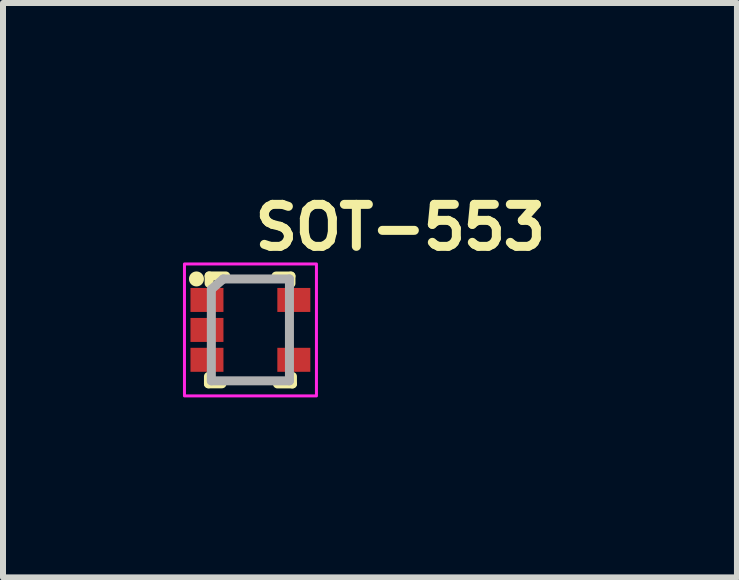
<source format=kicad_pcb>
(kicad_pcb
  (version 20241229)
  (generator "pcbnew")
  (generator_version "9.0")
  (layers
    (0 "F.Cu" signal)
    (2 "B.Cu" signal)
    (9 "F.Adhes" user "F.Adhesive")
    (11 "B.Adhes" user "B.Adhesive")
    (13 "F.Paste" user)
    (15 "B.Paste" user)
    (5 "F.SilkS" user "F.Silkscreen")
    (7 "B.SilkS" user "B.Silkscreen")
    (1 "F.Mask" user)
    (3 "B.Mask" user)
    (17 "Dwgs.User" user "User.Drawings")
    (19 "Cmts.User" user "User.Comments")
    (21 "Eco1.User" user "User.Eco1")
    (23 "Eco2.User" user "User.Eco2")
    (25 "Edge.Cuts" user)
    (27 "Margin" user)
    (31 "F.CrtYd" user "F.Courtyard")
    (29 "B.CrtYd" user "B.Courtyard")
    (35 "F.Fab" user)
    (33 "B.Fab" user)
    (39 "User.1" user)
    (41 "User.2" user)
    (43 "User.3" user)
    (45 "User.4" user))
  (footprint "SOT-553"
    (layer "F.Cu")
    (at 1.125 2.45)
    (property "Reference" "SOT-553" (at 0 -1.3 0) (layer "F.SilkS") (effects (font (size 0.7 0.7) (thickness 0.15)) (justify left bottom)))
    (attr smd)
    (fp_line (start -0.7 0.898) (end -0.7 0.775) (stroke (width 0.15) (type solid)) (layer "F.SilkS"))
    (fp_line (start -0.7 0.898) (end -0.475 0.898) (stroke (width 0.15) (type solid)) (layer "F.SilkS"))
    (fp_line (start -0.689 -0.9) (end -0.689 -0.777) (stroke (width 0.15) (type solid)) (layer "F.SilkS"))
    (fp_line (start -0.689 -0.9) (end -0.411 -0.9) (stroke (width 0.15) (type solid)) (layer "F.SilkS"))
    (fp_line (start 0.675 -0.898) (end 0.425 -0.898) (stroke (width 0.15) (type solid)) (layer "F.SilkS"))
    (fp_line (start 0.675 -0.898) (end 0.675 -0.775) (stroke (width 0.15) (type solid)) (layer "F.SilkS"))
    (fp_line (start 0.7 0.9) (end 0.45 0.9) (stroke (width 0.15) (type solid)) (layer "F.SilkS"))
    (fp_line (start 0.7 0.9) (end 0.7 0.775) (stroke (width 0.15) (type solid)) (layer "F.SilkS"))
    (fp_circle (center -0.9 -0.85) (end -0.85 -0.85) (stroke (width 0.15) (type solid)) (fill yes) (layer "F.SilkS"))
    (fp_rect (start -1.1 -1.1) (end 1.1 1.1) (stroke (width 0.05) (type solid)) (fill no) (layer "F.CrtYd"))
    (fp_line (start -0.652 -0.677) (end -0.652 0.848) (stroke (width 0.15) (type solid)) (layer "F.Fab"))
    (fp_line (start -0.452 -0.85) (end -0.652 -0.677) (stroke (width 0.15) (type solid)) (layer "F.Fab"))
    (fp_line (start -0.452 -0.85) (end 0.65 -0.85) (stroke (width 0.15) (type solid)) (layer "F.Fab"))
    (fp_line (start 0.65 -0.85) (end 0.65 0.848) (stroke (width 0.15) (type solid)) (layer "F.Fab"))
    (fp_line (start 0.65 0.848) (end -0.652 0.848) (stroke (width 0.15) (type solid)) (layer "F.Fab"))
    (fp_rect (start -0.802 -0.802) (end 0.8 0.8) (stroke (width 0.1) (type solid)) (fill no) (layer "User.5"))
    (fp_line (start -0.802 -0.61) (end -0.6 -0.61) (stroke (width 0.02) (type solid)) (layer "User.9"))
    (fp_line (start -0.802 -0.392) (end -0.802 -0.61) (stroke (width 0.02) (type solid)) (layer "User.9"))
    (fp_line (start -0.802 -0.392) (end -0.6 -0.392) (stroke (width 0.02) (type solid)) (layer "User.9"))
    (fp_line (start -0.802 -0.11) (end -0.6 -0.11) (stroke (width 0.02) (type solid)) (layer "User.9"))
    (fp_line (start -0.802 0.108) (end -0.802 -0.11) (stroke (width 0.02) (type solid)) (layer "User.9"))
    (fp_line (start -0.802 0.108) (end -0.6 0.108) (stroke (width 0.02) (type solid)) (layer "User.9"))
    (fp_line (start -0.802 0.39) (end -0.6 0.39) (stroke (width 0.02) (type solid)) (layer "User.9"))
    (fp_line (start -0.802 0.608) (end -0.802 0.39) (stroke (width 0.02) (type solid)) (layer "User.9"))
    (fp_line (start -0.802 0.608) (end -0.6 0.608) (stroke (width 0.02) (type solid)) (layer "User.9"))
    (fp_line (start -0.6 -0.802) (end -0.552 -0.75) (stroke (width 0.02) (type solid)) (layer "User.9"))
    (fp_line (start -0.6 -0.802) (end 0.598 -0.802) (stroke (width 0.02) (type solid)) (layer "User.9"))
    (fp_line (start -0.6 -0.61) (end -0.6 -0.802) (stroke (width 0.02) (type solid)) (layer "User.9"))
    (fp_line (start -0.6 -0.392) (end -0.6 -0.61) (stroke (width 0.02) (type solid)) (layer "User.9"))
    (fp_line (start -0.6 -0.11) (end -0.6 -0.392) (stroke (width 0.02) (type solid)) (layer "User.9"))
    (fp_line (start -0.6 0.108) (end -0.6 -0.11) (stroke (width 0.02) (type solid)) (layer "User.9"))
    (fp_line (start -0.6 0.39) (end -0.6 0.108) (stroke (width 0.02) (type solid)) (layer "User.9"))
    (fp_line (start -0.6 0.608) (end -0.6 0.39) (stroke (width 0.02) (type solid)) (layer "User.9"))
    (fp_line (start -0.6 0.8) (end -0.6 0.608) (stroke (width 0.02) (type solid)) (layer "User.9"))
    (fp_line (start -0.6 0.8) (end -0.552 0.748) (stroke (width 0.02) (type solid)) (layer "User.9"))
    (fp_line (start -0.6 0.8) (end 0.598 0.8) (stroke (width 0.02) (type solid)) (layer "User.9"))
    (fp_line (start -0.552 -0.75) (end 0.55 -0.75) (stroke (width 0.02) (type solid)) (layer "User.9"))
    (fp_line (start -0.552 0.748) (end -0.552 -0.75) (stroke (width 0.02) (type solid)) (layer "User.9"))
    (fp_line (start -0.552 0.748) (end 0.55 0.748) (stroke (width 0.02) (type solid)) (layer "User.9"))
    (fp_line (start -0.476 -0.512) (end -0.476 -0.508) (stroke (width 0.02) (type solid)) (layer "User.9"))
    (fp_line (start -0.476 -0.508) (end -0.476 -0.504) (stroke (width 0.02) (type solid)) (layer "User.9"))
    (fp_line (start -0.476 -0.504) (end -0.476 -0.5) (stroke (width 0.02) (type solid)) (layer "User.9"))
    (fp_line (start -0.476 -0.5) (end -0.476 -0.5) (stroke (width 0.02) (type solid)) (layer "User.9"))
    (fp_line (start -0.476 -0.5) (end -0.476 -0.497) (stroke (width 0.02) (type solid)) (layer "User.9"))
    (fp_line (start -0.476 -0.497) (end -0.476 -0.493) (stroke (width 0.02) (type solid)) (layer "User.9"))
    (fp_line (start -0.476 -0.493) (end -0.476 -0.489) (stroke (width 0.02) (type solid)) (layer "User.9"))
    (fp_line (start -0.476 -0.489) (end -0.475 -0.485) (stroke (width 0.02) (type solid)) (layer "User.9"))
    (fp_line (start -0.475 -0.517) (end -0.476 -0.512) (stroke (width 0.02) (type solid)) (layer "User.9"))
    (fp_line (start -0.475 -0.485) (end -0.474 -0.482) (stroke (width 0.02) (type solid)) (layer "User.9"))
    (fp_line (start -0.474 -0.52) (end -0.475 -0.517) (stroke (width 0.02) (type solid)) (layer "User.9"))
    (fp_line (start -0.474 -0.482) (end -0.473 -0.479) (stroke (width 0.02) (type solid)) (layer "User.9"))
    (fp_line (start -0.473 -0.524) (end -0.474 -0.52) (stroke (width 0.02) (type solid)) (layer "User.9"))
    (fp_line (start -0.473 -0.479) (end -0.472 -0.476) (stroke (width 0.02) (type solid)) (layer "User.9"))
    (fp_line (start -0.472 -0.527) (end -0.473 -0.524) (stroke (width 0.02) (type solid)) (layer "User.9"))
    (fp_line (start -0.472 -0.476) (end -0.471 -0.472) (stroke (width 0.02) (type solid)) (layer "User.9"))
    (fp_line (start -0.471 -0.531) (end -0.472 -0.527) (stroke (width 0.02) (type solid)) (layer "User.9"))
    (fp_line (start -0.471 -0.472) (end -0.469 -0.469) (stroke (width 0.02) (type solid)) (layer "User.9"))
    (fp_line (start -0.469 -0.534) (end -0.471 -0.531) (stroke (width 0.02) (type solid)) (layer "User.9"))
    (fp_line (start -0.469 -0.469) (end -0.467 -0.466) (stroke (width 0.02) (type solid)) (layer "User.9"))
    (fp_line (start -0.467 -0.537) (end -0.469 -0.534) (stroke (width 0.02) (type solid)) (layer "User.9"))
    (fp_line (start -0.467 -0.466) (end -0.466 -0.463) (stroke (width 0.02) (type solid)) (layer "User.9"))
    (fp_line (start -0.466 -0.54) (end -0.467 -0.537) (stroke (width 0.02) (type solid)) (layer "User.9"))
    (fp_line (start -0.466 -0.463) (end -0.464 -0.46) (stroke (width 0.02) (type solid)) (layer "User.9"))
    (fp_line (start -0.464 -0.543) (end -0.466 -0.54) (stroke (width 0.02) (type solid)) (layer "User.9"))
    (fp_line (start -0.464 -0.46) (end -0.462 -0.457) (stroke (width 0.02) (type solid)) (layer "User.9"))
    (fp_line (start -0.462 -0.546) (end -0.464 -0.543) (stroke (width 0.02) (type solid)) (layer "User.9"))
    (fp_line (start -0.462 -0.457) (end -0.459 -0.454) (stroke (width 0.02) (type solid)) (layer "User.9"))
    (fp_line (start -0.459 -0.549) (end -0.462 -0.546) (stroke (width 0.02) (type solid)) (layer "User.9"))
    (fp_line (start -0.459 -0.454) (end -0.457 -0.451) (stroke (width 0.02) (type solid)) (layer "User.9"))
    (fp_line (start -0.457 -0.552) (end -0.459 -0.549) (stroke (width 0.02) (type solid)) (layer "User.9"))
    (fp_line (start -0.457 -0.451) (end -0.455 -0.447) (stroke (width 0.02) (type solid)) (layer "User.9"))
    (fp_line (start -0.455 -0.555) (end -0.457 -0.552) (stroke (width 0.02) (type solid)) (layer "User.9"))
    (fp_line (start -0.455 -0.447) (end -0.452 -0.445) (stroke (width 0.02) (type solid)) (layer "User.9"))
    (fp_line (start -0.452 -0.557) (end -0.455 -0.555) (stroke (width 0.02) (type solid)) (layer "User.9"))
    (fp_line (start -0.452 -0.445) (end -0.448 -0.443) (stroke (width 0.02) (type solid)) (layer "User.9"))
    (fp_line (start -0.448 -0.559) (end -0.452 -0.557) (stroke (width 0.02) (type solid)) (layer "User.9"))
    (fp_line (start -0.448 -0.443) (end -0.445 -0.44) (stroke (width 0.02) (type solid)) (layer "User.9"))
    (fp_line (start -0.445 -0.562) (end -0.448 -0.559) (stroke (width 0.02) (type solid)) (layer "User.9"))
    (fp_line (start -0.445 -0.44) (end -0.442 -0.438) (stroke (width 0.02) (type solid)) (layer "User.9"))
    (fp_line (start -0.442 -0.564) (end -0.445 -0.562) (stroke (width 0.02) (type solid)) (layer "User.9"))
    (fp_line (start -0.442 -0.438) (end -0.439 -0.436) (stroke (width 0.02) (type solid)) (layer "User.9"))
    (fp_line (start -0.439 -0.566) (end -0.442 -0.564) (stroke (width 0.02) (type solid)) (layer "User.9"))
    (fp_line (start -0.439 -0.436) (end -0.436 -0.435) (stroke (width 0.02) (type solid)) (layer "User.9"))
    (fp_line (start -0.436 -0.567) (end -0.439 -0.566) (stroke (width 0.02) (type solid)) (layer "User.9"))
    (fp_line (start -0.436 -0.435) (end -0.433 -0.433) (stroke (width 0.02) (type solid)) (layer "User.9"))
    (fp_line (start -0.433 -0.569) (end -0.436 -0.567) (stroke (width 0.02) (type solid)) (layer "User.9"))
    (fp_line (start -0.433 -0.433) (end -0.43 -0.431) (stroke (width 0.02) (type solid)) (layer "User.9"))
    (fp_line (start -0.43 -0.571) (end -0.433 -0.569) (stroke (width 0.02) (type solid)) (layer "User.9"))
    (fp_line (start -0.43 -0.431) (end -0.426 -0.43) (stroke (width 0.02) (type solid)) (layer "User.9"))
    (fp_line (start -0.426 -0.572) (end -0.43 -0.571) (stroke (width 0.02) (type solid)) (layer "User.9"))
    (fp_line (start -0.426 -0.43) (end -0.423 -0.429) (stroke (width 0.02) (type solid)) (layer "User.9"))
    (fp_line (start -0.423 -0.573) (end -0.426 -0.572) (stroke (width 0.02) (type solid)) (layer "User.9"))
    (fp_line (start -0.423 -0.429) (end -0.419 -0.428) (stroke (width 0.02) (type solid)) (layer "User.9"))
    (fp_line (start -0.419 -0.574) (end -0.423 -0.573) (stroke (width 0.02) (type solid)) (layer "User.9"))
    (fp_line (start -0.419 -0.428) (end -0.417 -0.427) (stroke (width 0.02) (type solid)) (layer "User.9"))
    (fp_line (start -0.417 -0.575) (end -0.419 -0.574) (stroke (width 0.02) (type solid)) (layer "User.9"))
    (fp_line (start -0.417 -0.427) (end -0.413 -0.426) (stroke (width 0.02) (type solid)) (layer "User.9"))
    (fp_line (start -0.413 -0.576) (end -0.417 -0.575) (stroke (width 0.02) (type solid)) (layer "User.9"))
    (fp_line (start -0.413 -0.426) (end -0.409 -0.426) (stroke (width 0.02) (type solid)) (layer "User.9"))
    (fp_line (start -0.409 -0.576) (end -0.413 -0.576) (stroke (width 0.02) (type solid)) (layer "User.9"))
    (fp_line (start -0.409 -0.426) (end -0.405 -0.426) (stroke (width 0.02) (type solid)) (layer "User.9"))
    (fp_line (start -0.405 -0.576) (end -0.409 -0.576) (stroke (width 0.02) (type solid)) (layer "User.9"))
    (fp_line (start -0.405 -0.426) (end -0.402 -0.425) (stroke (width 0.02) (type solid)) (layer "User.9"))
    (fp_line (start -0.402 -0.576) (end -0.405 -0.576) (stroke (width 0.02) (type solid)) (layer "User.9"))
    (fp_line (start -0.402 -0.576) (end -0.402 -0.576) (stroke (width 0.02) (type solid)) (layer "User.9"))
    (fp_line (start -0.402 -0.425) (end -0.402 -0.425) (stroke (width 0.02) (type solid)) (layer "User.9"))
    (fp_line (start -0.402 -0.425) (end -0.398 -0.426) (stroke (width 0.02) (type solid)) (layer "User.9"))
    (fp_line (start -0.398 -0.576) (end -0.402 -0.576) (stroke (width 0.02) (type solid)) (layer "User.9"))
    (fp_line (start -0.398 -0.426) (end -0.394 -0.426) (stroke (width 0.02) (type solid)) (layer "User.9"))
    (fp_line (start -0.394 -0.576) (end -0.398 -0.576) (stroke (width 0.02) (type solid)) (layer "User.9"))
    (fp_line (start -0.394 -0.426) (end -0.39 -0.426) (stroke (width 0.02) (type solid)) (layer "User.9"))
    (fp_line (start -0.39 -0.576) (end -0.394 -0.576) (stroke (width 0.02) (type solid)) (layer "User.9"))
    (fp_line (start -0.39 -0.426) (end -0.386 -0.427) (stroke (width 0.02) (type solid)) (layer "User.9"))
    (fp_line (start -0.386 -0.575) (end -0.39 -0.576) (stroke (width 0.02) (type solid)) (layer "User.9"))
    (fp_line (start -0.386 -0.427) (end -0.382 -0.428) (stroke (width 0.02) (type solid)) (layer "User.9"))
    (fp_line (start -0.382 -0.574) (end -0.386 -0.575) (stroke (width 0.02) (type solid)) (layer "User.9"))
    (fp_line (start -0.382 -0.428) (end -0.378 -0.429) (stroke (width 0.02) (type solid)) (layer "User.9"))
    (fp_line (start -0.378 -0.573) (end -0.382 -0.574) (stroke (width 0.02) (type solid)) (layer "User.9"))
    (fp_line (start -0.378 -0.429) (end -0.375 -0.43) (stroke (width 0.02) (type solid)) (layer "User.9"))
    (fp_line (start -0.375 -0.572) (end -0.378 -0.573) (stroke (width 0.02) (type solid)) (layer "User.9"))
    (fp_line (start -0.375 -0.43) (end -0.371 -0.431) (stroke (width 0.02) (type solid)) (layer "User.9"))
    (fp_line (start -0.371 -0.571) (end -0.375 -0.572) (stroke (width 0.02) (type solid)) (layer "User.9"))
    (fp_line (start -0.371 -0.431) (end -0.368 -0.433) (stroke (width 0.02) (type solid)) (layer "User.9"))
    (fp_line (start -0.368 -0.569) (end -0.371 -0.571) (stroke (width 0.02) (type solid)) (layer "User.9"))
    (fp_line (start -0.368 -0.433) (end -0.365 -0.435) (stroke (width 0.02) (type solid)) (layer "User.9"))
    (fp_line (start -0.365 -0.567) (end -0.368 -0.569) (stroke (width 0.02) (type solid)) (layer "User.9"))
    (fp_line (start -0.365 -0.435) (end -0.362 -0.436) (stroke (width 0.02) (type solid)) (layer "User.9"))
    (fp_line (start -0.362 -0.566) (end -0.365 -0.567) (stroke (width 0.02) (type solid)) (layer "User.9"))
    (fp_line (start -0.362 -0.436) (end -0.359 -0.438) (stroke (width 0.02) (type solid)) (layer "User.9"))
    (fp_line (start -0.359 -0.564) (end -0.362 -0.566) (stroke (width 0.02) (type solid)) (layer "User.9"))
    (fp_line (start -0.359 -0.438) (end -0.356 -0.44) (stroke (width 0.02) (type solid)) (layer "User.9"))
    (fp_line (start -0.356 -0.562) (end -0.359 -0.564) (stroke (width 0.02) (type solid)) (layer "User.9"))
    (fp_line (start -0.356 -0.44) (end -0.353 -0.443) (stroke (width 0.02) (type solid)) (layer "User.9"))
    (fp_line (start -0.353 -0.559) (end -0.356 -0.562) (stroke (width 0.02) (type solid)) (layer "User.9"))
    (fp_line (start -0.353 -0.443) (end -0.351 -0.445) (stroke (width 0.02) (type solid)) (layer "User.9"))
    (fp_line (start -0.351 -0.557) (end -0.353 -0.559) (stroke (width 0.02) (type solid)) (layer "User.9"))
    (fp_line (start -0.351 -0.445) (end -0.348 -0.447) (stroke (width 0.02) (type solid)) (layer "User.9"))
    (fp_line (start -0.348 -0.555) (end -0.351 -0.557) (stroke (width 0.02) (type solid)) (layer "User.9"))
    (fp_line (start -0.348 -0.447) (end -0.346 -0.451) (stroke (width 0.02) (type solid)) (layer "User.9"))
    (fp_line (start -0.346 -0.552) (end -0.348 -0.555) (stroke (width 0.02) (type solid)) (layer "User.9"))
    (fp_line (start -0.346 -0.451) (end -0.344 -0.454) (stroke (width 0.02) (type solid)) (layer "User.9"))
    (fp_line (start -0.344 -0.549) (end -0.346 -0.552) (stroke (width 0.02) (type solid)) (layer "User.9"))
    (fp_line (start -0.344 -0.454) (end -0.341 -0.457) (stroke (width 0.02) (type solid)) (layer "User.9"))
    (fp_line (start -0.341 -0.546) (end -0.344 -0.549) (stroke (width 0.02) (type solid)) (layer "User.9"))
    (fp_line (start -0.341 -0.457) (end -0.339 -0.46) (stroke (width 0.02) (type solid)) (layer "User.9"))
    (fp_line (start -0.339 -0.543) (end -0.341 -0.546) (stroke (width 0.02) (type solid)) (layer "User.9"))
    (fp_line (start -0.339 -0.46) (end -0.337 -0.463) (stroke (width 0.02) (type solid)) (layer "User.9"))
    (fp_line (start -0.337 -0.54) (end -0.339 -0.543) (stroke (width 0.02) (type solid)) (layer "User.9"))
    (fp_line (start -0.337 -0.463) (end -0.336 -0.466) (stroke (width 0.02) (type solid)) (layer "User.9"))
    (fp_line (start -0.336 -0.537) (end -0.337 -0.54) (stroke (width 0.02) (type solid)) (layer "User.9"))
    (fp_line (start -0.336 -0.466) (end -0.334 -0.469) (stroke (width 0.02) (type solid)) (layer "User.9"))
    (fp_line (start -0.334 -0.534) (end -0.336 -0.537) (stroke (width 0.02) (type solid)) (layer "User.9"))
    (fp_line (start -0.334 -0.469) (end -0.332 -0.472) (stroke (width 0.02) (type solid)) (layer "User.9"))
    (fp_line (start -0.332 -0.531) (end -0.334 -0.534) (stroke (width 0.02) (type solid)) (layer "User.9"))
    (fp_line (start -0.332 -0.472) (end -0.331 -0.476) (stroke (width 0.02) (type solid)) (layer "User.9"))
    (fp_line (start -0.331 -0.527) (end -0.332 -0.531) (stroke (width 0.02) (type solid)) (layer "User.9"))
    (fp_line (start -0.331 -0.476) (end -0.33 -0.479) (stroke (width 0.02) (type solid)) (layer "User.9"))
    (fp_line (start -0.33 -0.524) (end -0.331 -0.527) (stroke (width 0.02) (type solid)) (layer "User.9"))
    (fp_line (start -0.33 -0.479) (end -0.329 -0.482) (stroke (width 0.02) (type solid)) (layer "User.9"))
    (fp_line (start -0.329 -0.52) (end -0.33 -0.524) (stroke (width 0.02) (type solid)) (layer "User.9"))
    (fp_line (start -0.329 -0.482) (end -0.328 -0.485) (stroke (width 0.02) (type solid)) (layer "User.9"))
    (fp_line (start -0.328 -0.517) (end -0.329 -0.52) (stroke (width 0.02) (type solid)) (layer "User.9"))
    (fp_line (start -0.328 -0.485) (end -0.327 -0.489) (stroke (width 0.02) (type solid)) (layer "User.9"))
    (fp_line (start -0.327 -0.512) (end -0.328 -0.517) (stroke (width 0.02) (type solid)) (layer "User.9"))
    (fp_line (start -0.327 -0.508) (end -0.327 -0.512) (stroke (width 0.02) (type solid)) (layer "User.9"))
    (fp_line (start -0.327 -0.504) (end -0.327 -0.508) (stroke (width 0.02) (type solid)) (layer "User.9"))
    (fp_line (start -0.327 -0.5) (end -0.327 -0.504) (stroke (width 0.02) (type solid)) (layer "User.9"))
    (fp_line (start -0.327 -0.5) (end -0.327 -0.5) (stroke (width 0.02) (type solid)) (layer "User.9"))
    (fp_line (start -0.327 -0.5) (end -0.327 -0.5) (stroke (width 0.02) (type solid)) (layer "User.9"))
    (fp_line (start -0.327 -0.497) (end -0.327 -0.5) (stroke (width 0.02) (type solid)) (layer "User.9"))
    (fp_line (start -0.327 -0.493) (end -0.327 -0.497) (stroke (width 0.02) (type solid)) (layer "User.9"))
    (fp_line (start -0.327 -0.489) (end -0.327 -0.493) (stroke (width 0.02) (type solid)) (layer "User.9"))
    (fp_line (start 0.55 0.748) (end 0.55 -0.75) (stroke (width 0.02) (type solid)) (layer "User.9"))
    (fp_line (start 0.598 -0.802) (end 0.55 -0.75) (stroke (width 0.02) (type solid)) (layer "User.9"))
    (fp_line (start 0.598 -0.61) (end 0.598 -0.802) (stroke (width 0.02) (type solid)) (layer "User.9"))
    (fp_line (start 0.598 -0.61) (end 0.8 -0.61) (stroke (width 0.02) (type solid)) (layer "User.9"))
    (fp_line (start 0.598 -0.392) (end 0.598 -0.61) (stroke (width 0.02) (type solid)) (layer "User.9"))
    (fp_line (start 0.598 -0.392) (end 0.8 -0.392) (stroke (width 0.02) (type solid)) (layer "User.9"))
    (fp_line (start 0.598 0.39) (end 0.598 -0.392) (stroke (width 0.02) (type solid)) (layer "User.9"))
    (fp_line (start 0.598 0.39) (end 0.8 0.39) (stroke (width 0.02) (type solid)) (layer "User.9"))
    (fp_line (start 0.598 0.608) (end 0.598 0.39) (stroke (width 0.02) (type solid)) (layer "User.9"))
    (fp_line (start 0.598 0.608) (end 0.8 0.608) (stroke (width 0.02) (type solid)) (layer "User.9"))
    (fp_line (start 0.598 0.8) (end 0.55 0.748) (stroke (width 0.02) (type solid)) (layer "User.9"))
    (fp_line (start 0.598 0.8) (end 0.598 0.608) (stroke (width 0.02) (type solid)) (layer "User.9"))
    (fp_line (start 0.8 -0.392) (end 0.8 -0.61) (stroke (width 0.02) (type solid)) (layer "User.9"))
    (fp_line (start 0.8 0.608) (end 0.8 0.39) (stroke (width 0.02) (type solid)) (layer "User.9"))
    (pad "1" smd rect (at -0.725 -0.5 270) (size 0.4 0.55) (layers "F.Cu" "F.Mask" "F.Paste"))
    (pad "2" smd rect (at -0.725 0 270) (size 0.4 0.55) (layers "F.Cu" "F.Mask" "F.Paste"))
    (pad "3" smd rect (at -0.725 0.498 270) (size 0.4 0.55) (layers "F.Cu" "F.Mask" "F.Paste"))
    (pad "4" smd rect (at 0.723 0.498 270) (size 0.4 0.55) (layers "F.Cu" "F.Mask" "F.Paste"))
    (pad "5" smd rect (at 0.723 -0.5 270) (size 0.4 0.55) (layers "F.Cu" "F.Mask" "F.Paste")))
  (gr_rect
    (start -3 -3)
    (end 9.235 6.575)
    (stroke (width 0.1) (type default))
    (fill no)
    (layer "Edge.Cuts")))
</source>
